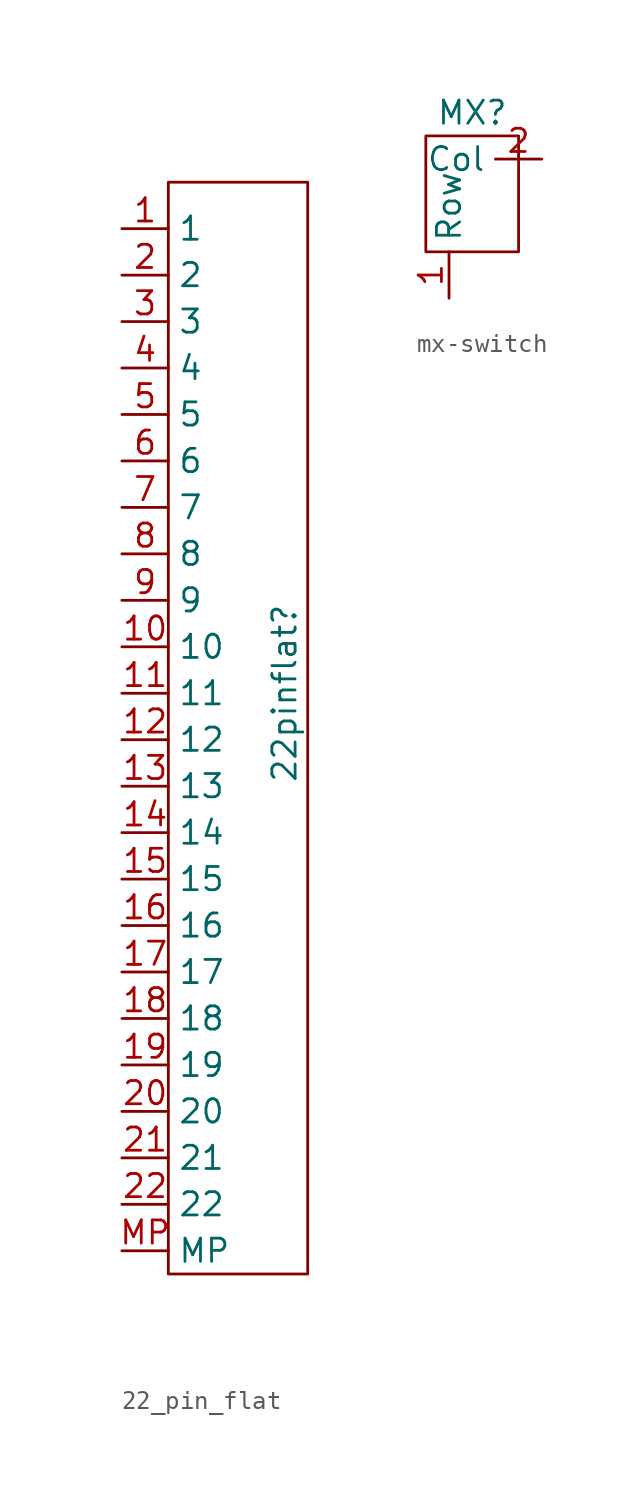
<source format=kicad_sym>
(kicad_symbol_lib
  (version 20220914)
  (generator kicad_symbol_editor)
  (symbol "22_pin_flat"
    (property "Reference" "22pinflat"
      (at 10.16 -19.05 90)
      (effects (font (size 1.27 1.27))))
    (property "Value" ""
      (at 0 0 0)
      (effects (font (size 1.27 1.27))))
    (symbol "22_pin_flat_0_1"
      (rectangle (start 3.81 8.89) (end 11.43 -50.8) (stroke (width 0) (type default)) (fill (type none))))
    (symbol "22_pin_flat_1_1"
      (pin input line (at 1.27 6.35 0) (length 2.54) (name "1" (effects (font (size 1.27 1.27)))) (number "1" (effects (font (size 1.27 1.27)))))
      (pin input line (at 1.27 -16.51 0) (length 2.54) (name "10" (effects (font (size 1.27 1.27)))) (number "10" (effects (font (size 1.27 1.27)))))
      (pin input line (at 1.27 -19.05 0) (length 2.54) (name "11" (effects (font (size 1.27 1.27)))) (number "11" (effects (font (size 1.27 1.27)))))
      (pin input line (at 1.27 -21.59 0) (length 2.54) (name "12" (effects (font (size 1.27 1.27)))) (number "12" (effects (font (size 1.27 1.27)))))
      (pin input line (at 1.27 -24.13 0) (length 2.54) (name "13" (effects (font (size 1.27 1.27)))) (number "13" (effects (font (size 1.27 1.27)))))
      (pin input line (at 1.27 -26.67 0) (length 2.54) (name "14" (effects (font (size 1.27 1.27)))) (number "14" (effects (font (size 1.27 1.27)))))
      (pin input line (at 1.27 -29.21 0) (length 2.54) (name "15" (effects (font (size 1.27 1.27)))) (number "15" (effects (font (size 1.27 1.27)))))
      (pin input line (at 1.27 -31.75 0) (length 2.54) (name "16" (effects (font (size 1.27 1.27)))) (number "16" (effects (font (size 1.27 1.27)))))
      (pin input line (at 1.27 -34.29 0) (length 2.54) (name "17" (effects (font (size 1.27 1.27)))) (number "17" (effects (font (size 1.27 1.27)))))
      (pin input line (at 1.27 -36.83 0) (length 2.54) (name "18" (effects (font (size 1.27 1.27)))) (number "18" (effects (font (size 1.27 1.27)))))
      (pin input line (at 1.27 -39.37 0) (length 2.54) (name "19" (effects (font (size 1.27 1.27)))) (number "19" (effects (font (size 1.27 1.27)))))
      (pin input line (at 1.27 3.81 0) (length 2.54) (name "2" (effects (font (size 1.27 1.27)))) (number "2" (effects (font (size 1.27 1.27)))))
      (pin input line (at 1.27 -41.91 0) (length 2.54) (name "20" (effects (font (size 1.27 1.27)))) (number "20" (effects (font (size 1.27 1.27)))))
      (pin input line (at 1.27 -44.45 0) (length 2.54) (name "21" (effects (font (size 1.27 1.27)))) (number "21" (effects (font (size 1.27 1.27)))))
      (pin input line (at 1.27 -46.99 0) (length 2.54) (name "22" (effects (font (size 1.27 1.27)))) (number "22" (effects (font (size 1.27 1.27)))))
      (pin input line (at 1.27 1.27 0) (length 2.54) (name "3" (effects (font (size 1.27 1.27)))) (number "3" (effects (font (size 1.27 1.27)))))
      (pin input line (at 1.27 -1.27 0) (length 2.54) (name "4" (effects (font (size 1.27 1.27)))) (number "4" (effects (font (size 1.27 1.27)))))
      (pin input line (at 1.27 -3.81 0) (length 2.54) (name "5" (effects (font (size 1.27 1.27)))) (number "5" (effects (font (size 1.27 1.27)))))
      (pin input line (at 1.27 -6.35 0) (length 2.54) (name "6" (effects (font (size 1.27 1.27)))) (number "6" (effects (font (size 1.27 1.27)))))
      (pin input line (at 1.27 -8.89 0) (length 2.54) (name "7" (effects (font (size 1.27 1.27)))) (number "7" (effects (font (size 1.27 1.27)))))
      (pin input line (at 1.27 -11.43 0) (length 2.54) (name "8" (effects (font (size 1.27 1.27)))) (number "8" (effects (font (size 1.27 1.27)))))
      (pin input line (at 1.27 -13.97 0) (length 2.54) (name "9" (effects (font (size 1.27 1.27)))) (number "9" (effects (font (size 1.27 1.27)))))
      (pin input line (at 1.27 -49.53 0) (length 2.54) (name "MP" (effects (font (size 1.27 1.27)))) (number "MP" (effects (font (size 1.27 1.27)))))))
  (symbol "mx-switch"
    (property "Reference" "MX"
      (at 0 3.81 0)
      (effects (font (size 1.27 1.27))))
    (property "Value" ""
      (at 0 0 0)
      (effects (font (size 1.27 1.27))))
    (symbol "mx-switch_0_1"
      (rectangle (start -2.54 2.54) (end 2.54 -3.81) (stroke (width 0) (type default)) (fill (type none))))
    (symbol "mx-switch_1_1"
      (pin input line (at -1.27 -6.35 90) (length 2.54) (name "Row" (effects (font (size 1.27 1.27)))) (number "1" (effects (font (size 1.27 1.27)))))
      (pin input line (at 3.81 1.27 180) (length 2.54) (name "Col" (effects (font (size 1.27 1.27)))) (number "2" (effects (font (size 1.27 1.27))))))))
</source>
